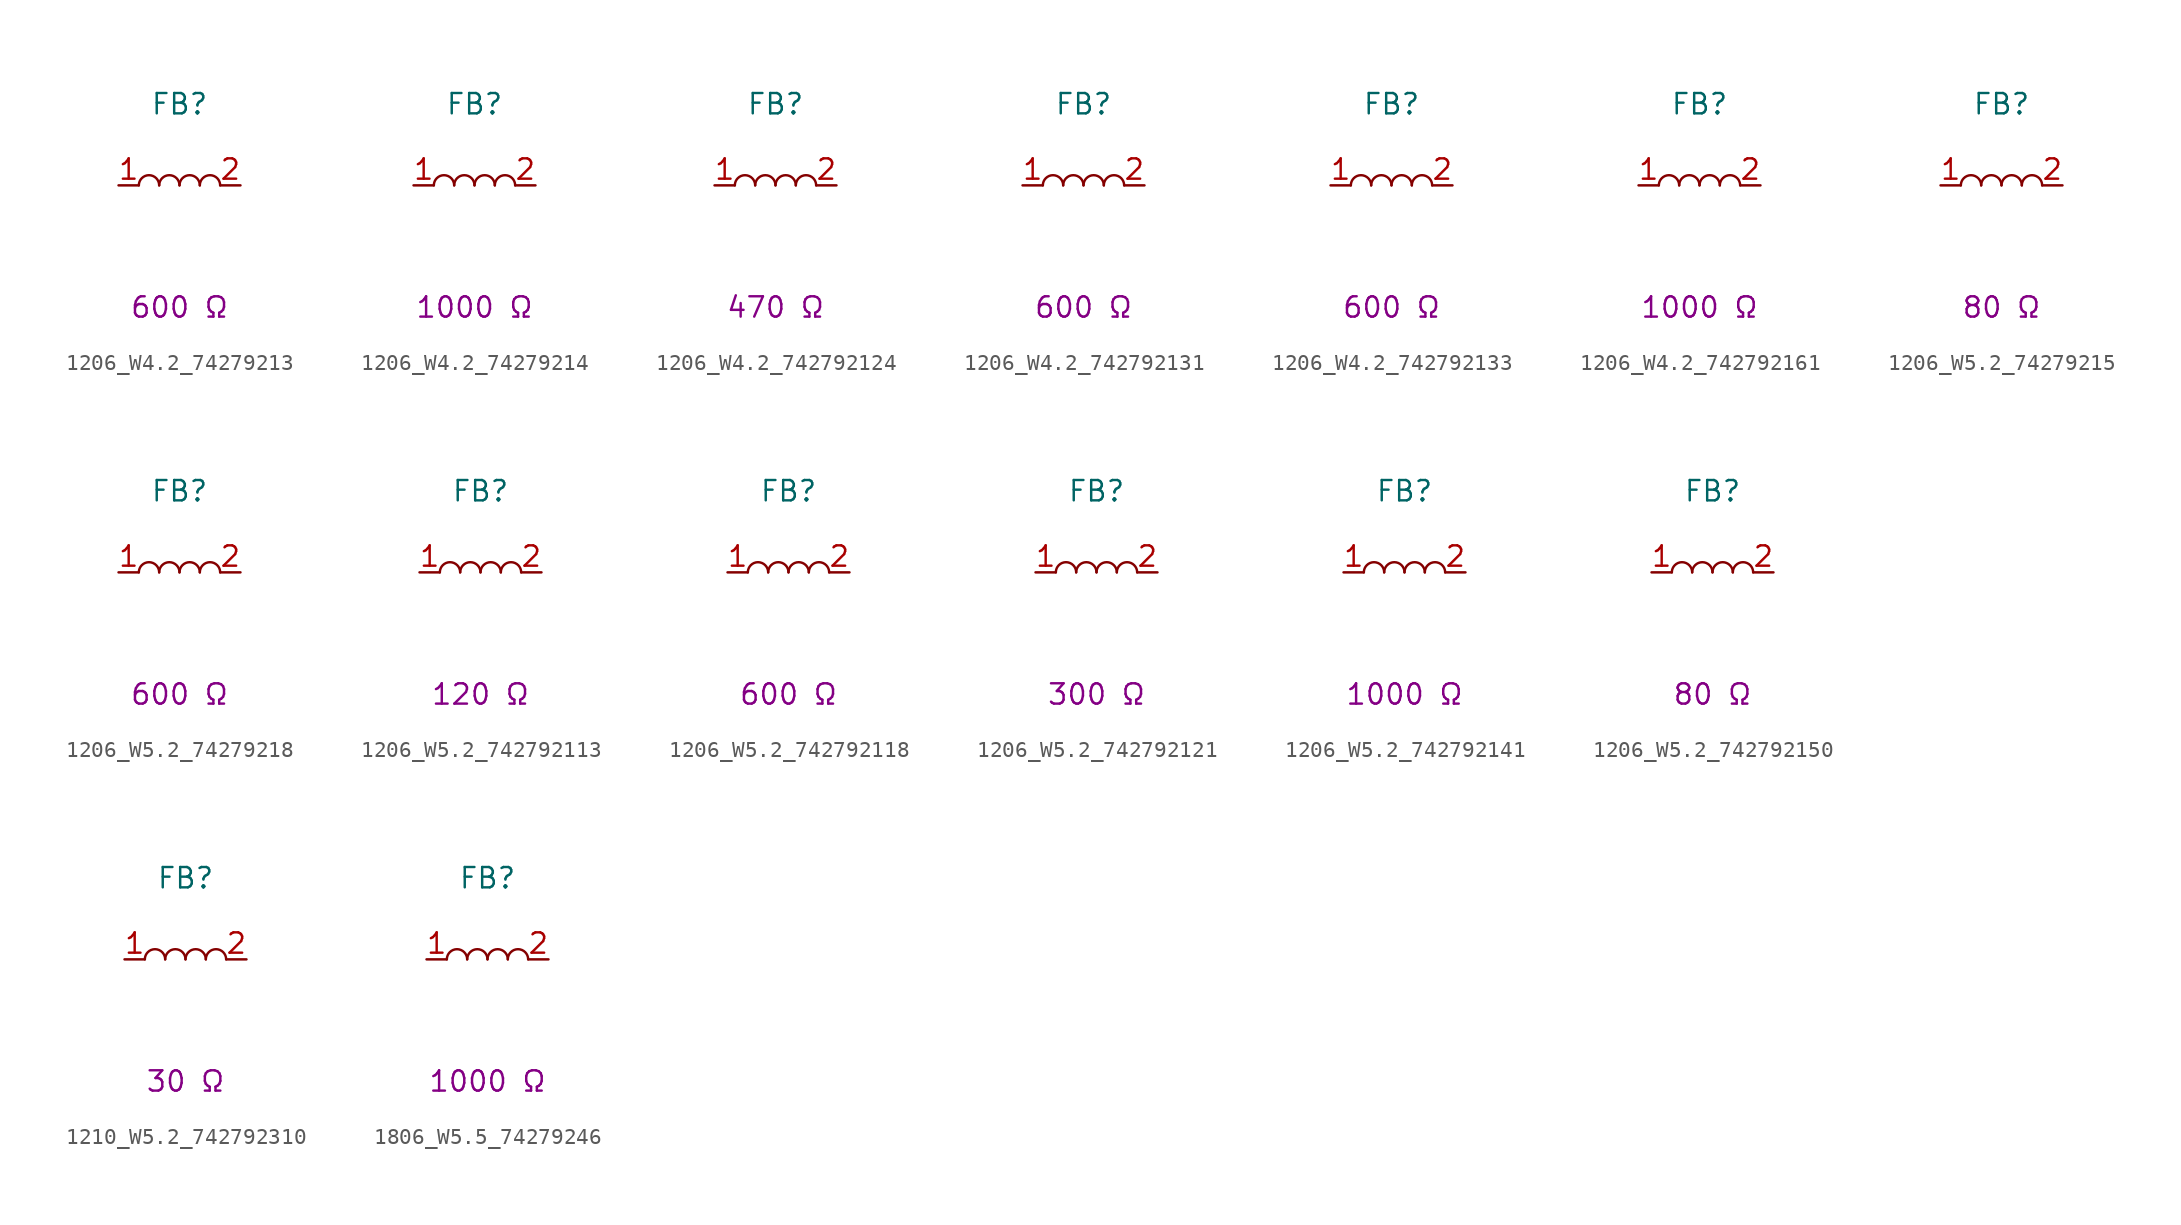
<source format=kicad_sym>
(kicad_symbol_lib
  (version 20220914)
  (generator kicad_symbol_editor)
  (symbol "1206_W4.2_74279213"
    (pin_names hide)
    (property "Reference" "FB"
      (at 0 5.08 0)
      (effects (font (size 1.27 1.27))))
    (property "Critical Parameter" "600 Ω"
      (at 0 -7.62 0)
      (effects (font (size 1.27 1.27))))
    (symbol "1206_W4.2_74279213_0_1"
      (arc (start -1.27 0) (mid -1.905 0.6323) (end -2.54 0) (stroke (width 0) (type default)) (fill (type none)))
      (arc (start 0 0) (mid -0.635 0.6323) (end -1.27 0) (stroke (width 0) (type default)) (fill (type none)))
      (arc (start 1.27 0) (mid 0.635 0.6323) (end 0 0) (stroke (width 0) (type default)) (fill (type none)))
      (arc (start 2.54 0) (mid 1.905 0.6323) (end 1.27 0) (stroke (width 0) (type default)) (fill (type none))))
    (symbol "1206_W4.2_74279213_1_1"
      (pin passive line (at -3.81 0 0) (length 1.27) (name "1" (effects (font (size 1.27 1.27)))) (number "1" (effects (font (size 1.27 1.27)))))
      (pin passive line (at 3.81 0 180) (length 1.27) (name "2" (effects (font (size 1.27 1.27)))) (number "2" (effects (font (size 1.27 1.27)))))))
  (symbol "1206_W4.2_74279214"
    (pin_names hide)
    (property "Reference" "FB"
      (at 0 5.08 0)
      (effects (font (size 1.27 1.27))))
    (property "Critical Parameter" "1000 Ω"
      (at 0 -7.62 0)
      (effects (font (size 1.27 1.27))))
    (symbol "1206_W4.2_74279214_0_1"
      (arc (start -1.27 0) (mid -1.905 0.6323) (end -2.54 0) (stroke (width 0) (type default)) (fill (type none)))
      (arc (start 0 0) (mid -0.635 0.6323) (end -1.27 0) (stroke (width 0) (type default)) (fill (type none)))
      (arc (start 1.27 0) (mid 0.635 0.6323) (end 0 0) (stroke (width 0) (type default)) (fill (type none)))
      (arc (start 2.54 0) (mid 1.905 0.6323) (end 1.27 0) (stroke (width 0) (type default)) (fill (type none))))
    (symbol "1206_W4.2_74279214_1_1"
      (pin passive line (at -3.81 0 0) (length 1.27) (name "1" (effects (font (size 1.27 1.27)))) (number "1" (effects (font (size 1.27 1.27)))))
      (pin passive line (at 3.81 0 180) (length 1.27) (name "2" (effects (font (size 1.27 1.27)))) (number "2" (effects (font (size 1.27 1.27)))))))
  (symbol "1206_W4.2_742792124"
    (pin_names hide)
    (property "Reference" "FB"
      (at 0 5.08 0)
      (effects (font (size 1.27 1.27))))
    (property "Critical Parameter" "470 Ω"
      (at 0 -7.62 0)
      (effects (font (size 1.27 1.27))))
    (symbol "1206_W4.2_742792124_0_1"
      (arc (start -1.27 0) (mid -1.905 0.6323) (end -2.54 0) (stroke (width 0) (type default)) (fill (type none)))
      (arc (start 0 0) (mid -0.635 0.6323) (end -1.27 0) (stroke (width 0) (type default)) (fill (type none)))
      (arc (start 1.27 0) (mid 0.635 0.6323) (end 0 0) (stroke (width 0) (type default)) (fill (type none)))
      (arc (start 2.54 0) (mid 1.905 0.6323) (end 1.27 0) (stroke (width 0) (type default)) (fill (type none))))
    (symbol "1206_W4.2_742792124_1_1"
      (pin passive line (at -3.81 0 0) (length 1.27) (name "1" (effects (font (size 1.27 1.27)))) (number "1" (effects (font (size 1.27 1.27)))))
      (pin passive line (at 3.81 0 180) (length 1.27) (name "2" (effects (font (size 1.27 1.27)))) (number "2" (effects (font (size 1.27 1.27)))))))
  (symbol "1206_W4.2_742792131"
    (pin_names hide)
    (property "Reference" "FB"
      (at 0 5.08 0)
      (effects (font (size 1.27 1.27))))
    (property "Critical Parameter" "600 Ω"
      (at 0 -7.62 0)
      (effects (font (size 1.27 1.27))))
    (symbol "1206_W4.2_742792131_0_1"
      (arc (start -1.27 0) (mid -1.905 0.6323) (end -2.54 0) (stroke (width 0) (type default)) (fill (type none)))
      (arc (start 0 0) (mid -0.635 0.6323) (end -1.27 0) (stroke (width 0) (type default)) (fill (type none)))
      (arc (start 1.27 0) (mid 0.635 0.6323) (end 0 0) (stroke (width 0) (type default)) (fill (type none)))
      (arc (start 2.54 0) (mid 1.905 0.6323) (end 1.27 0) (stroke (width 0) (type default)) (fill (type none))))
    (symbol "1206_W4.2_742792131_1_1"
      (pin passive line (at -3.81 0 0) (length 1.27) (name "1" (effects (font (size 1.27 1.27)))) (number "1" (effects (font (size 1.27 1.27)))))
      (pin passive line (at 3.81 0 180) (length 1.27) (name "2" (effects (font (size 1.27 1.27)))) (number "2" (effects (font (size 1.27 1.27)))))))
  (symbol "1206_W4.2_742792133"
    (pin_names hide)
    (property "Reference" "FB"
      (at 0 5.08 0)
      (effects (font (size 1.27 1.27))))
    (property "Critical Parameter" "600 Ω"
      (at 0 -7.62 0)
      (effects (font (size 1.27 1.27))))
    (symbol "1206_W4.2_742792133_0_1"
      (arc (start -1.27 0) (mid -1.905 0.6323) (end -2.54 0) (stroke (width 0) (type default)) (fill (type none)))
      (arc (start 0 0) (mid -0.635 0.6323) (end -1.27 0) (stroke (width 0) (type default)) (fill (type none)))
      (arc (start 1.27 0) (mid 0.635 0.6323) (end 0 0) (stroke (width 0) (type default)) (fill (type none)))
      (arc (start 2.54 0) (mid 1.905 0.6323) (end 1.27 0) (stroke (width 0) (type default)) (fill (type none))))
    (symbol "1206_W4.2_742792133_1_1"
      (pin passive line (at -3.81 0 0) (length 1.27) (name "1" (effects (font (size 1.27 1.27)))) (number "1" (effects (font (size 1.27 1.27)))))
      (pin passive line (at 3.81 0 180) (length 1.27) (name "2" (effects (font (size 1.27 1.27)))) (number "2" (effects (font (size 1.27 1.27)))))))
  (symbol "1206_W4.2_742792161"
    (pin_names hide)
    (property "Reference" "FB"
      (at 0 5.08 0)
      (effects (font (size 1.27 1.27))))
    (property "Critical Parameter" "1000 Ω"
      (at 0 -7.62 0)
      (effects (font (size 1.27 1.27))))
    (symbol "1206_W4.2_742792161_0_1"
      (arc (start -1.27 0) (mid -1.905 0.6323) (end -2.54 0) (stroke (width 0) (type default)) (fill (type none)))
      (arc (start 0 0) (mid -0.635 0.6323) (end -1.27 0) (stroke (width 0) (type default)) (fill (type none)))
      (arc (start 1.27 0) (mid 0.635 0.6323) (end 0 0) (stroke (width 0) (type default)) (fill (type none)))
      (arc (start 2.54 0) (mid 1.905 0.6323) (end 1.27 0) (stroke (width 0) (type default)) (fill (type none))))
    (symbol "1206_W4.2_742792161_1_1"
      (pin passive line (at -3.81 0 0) (length 1.27) (name "1" (effects (font (size 1.27 1.27)))) (number "1" (effects (font (size 1.27 1.27)))))
      (pin passive line (at 3.81 0 180) (length 1.27) (name "2" (effects (font (size 1.27 1.27)))) (number "2" (effects (font (size 1.27 1.27)))))))
  (symbol "1206_W5.2_74279215"
    (pin_names hide)
    (property "Reference" "FB"
      (at 0 5.08 0)
      (effects (font (size 1.27 1.27))))
    (property "Critical Parameter" "80 Ω"
      (at 0 -7.62 0)
      (effects (font (size 1.27 1.27))))
    (symbol "1206_W5.2_74279215_0_1"
      (arc (start -1.27 0) (mid -1.905 0.6323) (end -2.54 0) (stroke (width 0) (type default)) (fill (type none)))
      (arc (start 0 0) (mid -0.635 0.6323) (end -1.27 0) (stroke (width 0) (type default)) (fill (type none)))
      (arc (start 1.27 0) (mid 0.635 0.6323) (end 0 0) (stroke (width 0) (type default)) (fill (type none)))
      (arc (start 2.54 0) (mid 1.905 0.6323) (end 1.27 0) (stroke (width 0) (type default)) (fill (type none))))
    (symbol "1206_W5.2_74279215_1_1"
      (pin passive line (at -3.81 0 0) (length 1.27) (name "1" (effects (font (size 1.27 1.27)))) (number "1" (effects (font (size 1.27 1.27)))))
      (pin passive line (at 3.81 0 180) (length 1.27) (name "2" (effects (font (size 1.27 1.27)))) (number "2" (effects (font (size 1.27 1.27)))))))
  (symbol "1206_W5.2_74279218"
    (pin_names hide)
    (property "Reference" "FB"
      (at 0 5.08 0)
      (effects (font (size 1.27 1.27))))
    (property "Critical Parameter" "600 Ω"
      (at 0 -7.62 0)
      (effects (font (size 1.27 1.27))))
    (symbol "1206_W5.2_74279218_0_1"
      (arc (start -1.27 0) (mid -1.905 0.6323) (end -2.54 0) (stroke (width 0) (type default)) (fill (type none)))
      (arc (start 0 0) (mid -0.635 0.6323) (end -1.27 0) (stroke (width 0) (type default)) (fill (type none)))
      (arc (start 1.27 0) (mid 0.635 0.6323) (end 0 0) (stroke (width 0) (type default)) (fill (type none)))
      (arc (start 2.54 0) (mid 1.905 0.6323) (end 1.27 0) (stroke (width 0) (type default)) (fill (type none))))
    (symbol "1206_W5.2_74279218_1_1"
      (pin passive line (at -3.81 0 0) (length 1.27) (name "1" (effects (font (size 1.27 1.27)))) (number "1" (effects (font (size 1.27 1.27)))))
      (pin passive line (at 3.81 0 180) (length 1.27) (name "2" (effects (font (size 1.27 1.27)))) (number "2" (effects (font (size 1.27 1.27)))))))
  (symbol "1206_W5.2_742792113"
    (pin_names hide)
    (property "Reference" "FB"
      (at 0 5.08 0)
      (effects (font (size 1.27 1.27))))
    (property "Critical Parameter" "120 Ω"
      (at 0 -7.62 0)
      (effects (font (size 1.27 1.27))))
    (symbol "1206_W5.2_742792113_0_1"
      (arc (start -1.27 0) (mid -1.905 0.6323) (end -2.54 0) (stroke (width 0) (type default)) (fill (type none)))
      (arc (start 0 0) (mid -0.635 0.6323) (end -1.27 0) (stroke (width 0) (type default)) (fill (type none)))
      (arc (start 1.27 0) (mid 0.635 0.6323) (end 0 0) (stroke (width 0) (type default)) (fill (type none)))
      (arc (start 2.54 0) (mid 1.905 0.6323) (end 1.27 0) (stroke (width 0) (type default)) (fill (type none))))
    (symbol "1206_W5.2_742792113_1_1"
      (pin passive line (at -3.81 0 0) (length 1.27) (name "1" (effects (font (size 1.27 1.27)))) (number "1" (effects (font (size 1.27 1.27)))))
      (pin passive line (at 3.81 0 180) (length 1.27) (name "2" (effects (font (size 1.27 1.27)))) (number "2" (effects (font (size 1.27 1.27)))))))
  (symbol "1206_W5.2_742792118"
    (pin_names hide)
    (property "Reference" "FB"
      (at 0 5.08 0)
      (effects (font (size 1.27 1.27))))
    (property "Critical Parameter" "600 Ω"
      (at 0 -7.62 0)
      (effects (font (size 1.27 1.27))))
    (symbol "1206_W5.2_742792118_0_1"
      (arc (start -1.27 0) (mid -1.905 0.6323) (end -2.54 0) (stroke (width 0) (type default)) (fill (type none)))
      (arc (start 0 0) (mid -0.635 0.6323) (end -1.27 0) (stroke (width 0) (type default)) (fill (type none)))
      (arc (start 1.27 0) (mid 0.635 0.6323) (end 0 0) (stroke (width 0) (type default)) (fill (type none)))
      (arc (start 2.54 0) (mid 1.905 0.6323) (end 1.27 0) (stroke (width 0) (type default)) (fill (type none))))
    (symbol "1206_W5.2_742792118_1_1"
      (pin passive line (at -3.81 0 0) (length 1.27) (name "1" (effects (font (size 1.27 1.27)))) (number "1" (effects (font (size 1.27 1.27)))))
      (pin passive line (at 3.81 0 180) (length 1.27) (name "2" (effects (font (size 1.27 1.27)))) (number "2" (effects (font (size 1.27 1.27)))))))
  (symbol "1206_W5.2_742792121"
    (pin_names hide)
    (property "Reference" "FB"
      (at 0 5.08 0)
      (effects (font (size 1.27 1.27))))
    (property "Critical Parameter" "300 Ω"
      (at 0 -7.62 0)
      (effects (font (size 1.27 1.27))))
    (symbol "1206_W5.2_742792121_0_1"
      (arc (start -1.27 0) (mid -1.905 0.6323) (end -2.54 0) (stroke (width 0) (type default)) (fill (type none)))
      (arc (start 0 0) (mid -0.635 0.6323) (end -1.27 0) (stroke (width 0) (type default)) (fill (type none)))
      (arc (start 1.27 0) (mid 0.635 0.6323) (end 0 0) (stroke (width 0) (type default)) (fill (type none)))
      (arc (start 2.54 0) (mid 1.905 0.6323) (end 1.27 0) (stroke (width 0) (type default)) (fill (type none))))
    (symbol "1206_W5.2_742792121_1_1"
      (pin passive line (at -3.81 0 0) (length 1.27) (name "1" (effects (font (size 1.27 1.27)))) (number "1" (effects (font (size 1.27 1.27)))))
      (pin passive line (at 3.81 0 180) (length 1.27) (name "2" (effects (font (size 1.27 1.27)))) (number "2" (effects (font (size 1.27 1.27)))))))
  (symbol "1206_W5.2_742792141"
    (pin_names hide)
    (property "Reference" "FB"
      (at 0 5.08 0)
      (effects (font (size 1.27 1.27))))
    (property "Critical Parameter" "1000 Ω"
      (at 0 -7.62 0)
      (effects (font (size 1.27 1.27))))
    (symbol "1206_W5.2_742792141_0_1"
      (arc (start -1.27 0) (mid -1.905 0.6323) (end -2.54 0) (stroke (width 0) (type default)) (fill (type none)))
      (arc (start 0 0) (mid -0.635 0.6323) (end -1.27 0) (stroke (width 0) (type default)) (fill (type none)))
      (arc (start 1.27 0) (mid 0.635 0.6323) (end 0 0) (stroke (width 0) (type default)) (fill (type none)))
      (arc (start 2.54 0) (mid 1.905 0.6323) (end 1.27 0) (stroke (width 0) (type default)) (fill (type none))))
    (symbol "1206_W5.2_742792141_1_1"
      (pin passive line (at -3.81 0 0) (length 1.27) (name "1" (effects (font (size 1.27 1.27)))) (number "1" (effects (font (size 1.27 1.27)))))
      (pin passive line (at 3.81 0 180) (length 1.27) (name "2" (effects (font (size 1.27 1.27)))) (number "2" (effects (font (size 1.27 1.27)))))))
  (symbol "1206_W5.2_742792150"
    (pin_names hide)
    (property "Reference" "FB"
      (at 0 5.08 0)
      (effects (font (size 1.27 1.27))))
    (property "Critical Parameter" "80 Ω"
      (at 0 -7.62 0)
      (effects (font (size 1.27 1.27))))
    (symbol "1206_W5.2_742792150_0_1"
      (arc (start -1.27 0) (mid -1.905 0.6323) (end -2.54 0) (stroke (width 0) (type default)) (fill (type none)))
      (arc (start 0 0) (mid -0.635 0.6323) (end -1.27 0) (stroke (width 0) (type default)) (fill (type none)))
      (arc (start 1.27 0) (mid 0.635 0.6323) (end 0 0) (stroke (width 0) (type default)) (fill (type none)))
      (arc (start 2.54 0) (mid 1.905 0.6323) (end 1.27 0) (stroke (width 0) (type default)) (fill (type none))))
    (symbol "1206_W5.2_742792150_1_1"
      (pin passive line (at -3.81 0 0) (length 1.27) (name "1" (effects (font (size 1.27 1.27)))) (number "1" (effects (font (size 1.27 1.27)))))
      (pin passive line (at 3.81 0 180) (length 1.27) (name "2" (effects (font (size 1.27 1.27)))) (number "2" (effects (font (size 1.27 1.27)))))))
  (symbol "1210_W5.2_742792310"
    (pin_names hide)
    (property "Reference" "FB"
      (at 0 5.08 0)
      (effects (font (size 1.27 1.27))))
    (property "Critical Parameter" "30 Ω"
      (at 0 -7.62 0)
      (effects (font (size 1.27 1.27))))
    (symbol "1210_W5.2_742792310_0_1"
      (arc (start -1.27 0) (mid -1.905 0.6323) (end -2.54 0) (stroke (width 0) (type default)) (fill (type none)))
      (arc (start 0 0) (mid -0.635 0.6323) (end -1.27 0) (stroke (width 0) (type default)) (fill (type none)))
      (arc (start 1.27 0) (mid 0.635 0.6323) (end 0 0) (stroke (width 0) (type default)) (fill (type none)))
      (arc (start 2.54 0) (mid 1.905 0.6323) (end 1.27 0) (stroke (width 0) (type default)) (fill (type none))))
    (symbol "1210_W5.2_742792310_1_1"
      (pin passive line (at -3.81 0 0) (length 1.27) (name "1" (effects (font (size 1.27 1.27)))) (number "1" (effects (font (size 1.27 1.27)))))
      (pin passive line (at 3.81 0 180) (length 1.27) (name "2" (effects (font (size 1.27 1.27)))) (number "2" (effects (font (size 1.27 1.27)))))))
  (symbol "1806_W5.5_74279246"
    (pin_names hide)
    (property "Reference" "FB"
      (at 0 5.08 0)
      (effects (font (size 1.27 1.27))))
    (property "Critical Parameter" "1000 Ω"
      (at 0 -7.62 0)
      (effects (font (size 1.27 1.27))))
    (symbol "1806_W5.5_74279246_0_1"
      (arc (start -1.27 0) (mid -1.905 0.6323) (end -2.54 0) (stroke (width 0) (type default)) (fill (type none)))
      (arc (start 0 0) (mid -0.635 0.6323) (end -1.27 0) (stroke (width 0) (type default)) (fill (type none)))
      (arc (start 1.27 0) (mid 0.635 0.6323) (end 0 0) (stroke (width 0) (type default)) (fill (type none)))
      (arc (start 2.54 0) (mid 1.905 0.6323) (end 1.27 0) (stroke (width 0) (type default)) (fill (type none))))
    (symbol "1806_W5.5_74279246_1_1"
      (pin passive line (at -3.81 0 0) (length 1.27) (name "1" (effects (font (size 1.27 1.27)))) (number "1" (effects (font (size 1.27 1.27)))))
      (pin passive line (at 3.81 0 180) (length 1.27) (name "2" (effects (font (size 1.27 1.27)))) (number "2" (effects (font (size 1.27 1.27))))))))
</source>
